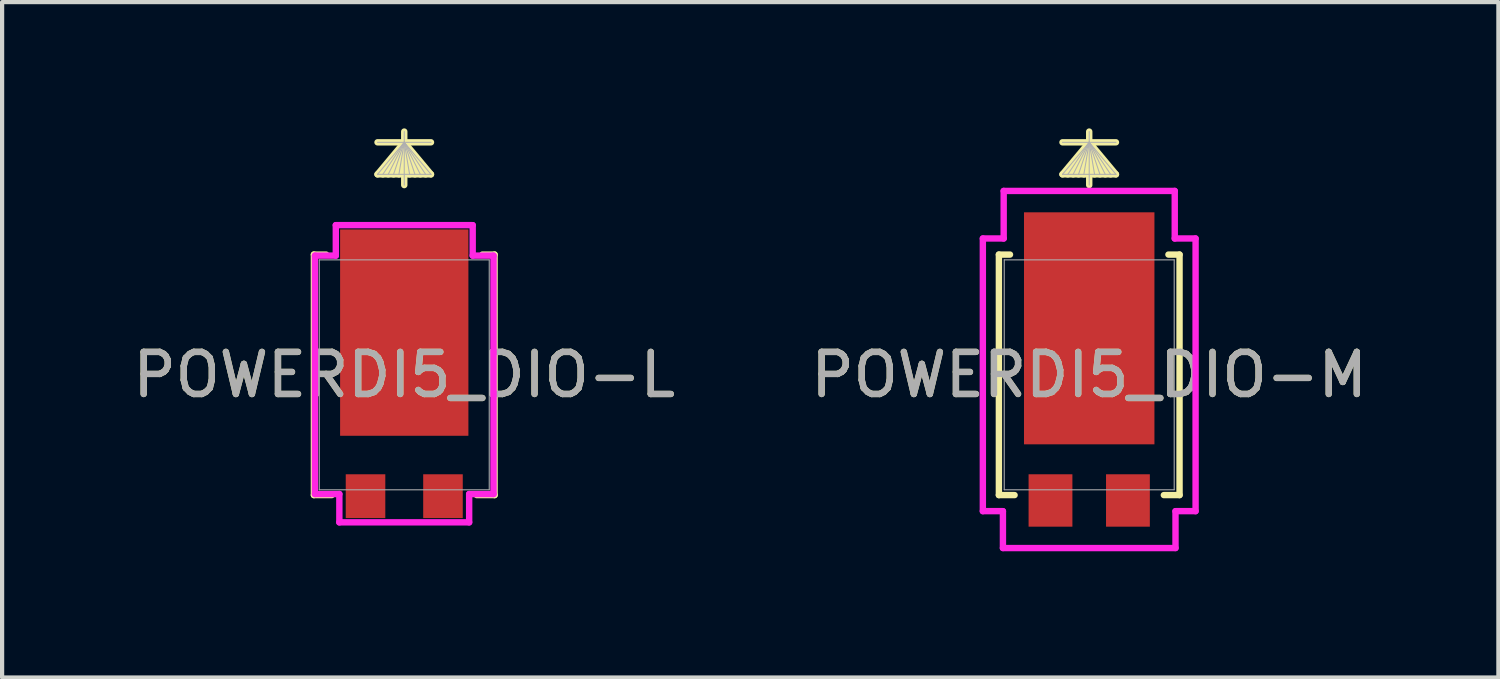
<source format=kicad_pcb>
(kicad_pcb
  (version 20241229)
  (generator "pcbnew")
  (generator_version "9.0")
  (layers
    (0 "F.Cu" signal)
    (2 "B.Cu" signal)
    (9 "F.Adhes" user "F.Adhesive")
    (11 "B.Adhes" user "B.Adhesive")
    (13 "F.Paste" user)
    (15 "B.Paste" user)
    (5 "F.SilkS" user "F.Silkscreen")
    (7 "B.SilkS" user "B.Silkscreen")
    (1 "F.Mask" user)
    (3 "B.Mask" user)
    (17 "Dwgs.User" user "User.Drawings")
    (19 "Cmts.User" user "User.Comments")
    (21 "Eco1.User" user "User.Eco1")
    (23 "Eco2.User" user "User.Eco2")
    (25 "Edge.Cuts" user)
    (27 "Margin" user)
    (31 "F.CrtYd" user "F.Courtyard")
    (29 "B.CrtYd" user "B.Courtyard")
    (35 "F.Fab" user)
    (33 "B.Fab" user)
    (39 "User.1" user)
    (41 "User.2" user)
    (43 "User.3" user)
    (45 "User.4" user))
  (footprint "POWERDI5_DIO-M"
    (layer "F.Cu")
    (at 22.827 5.855)
    (property "Reference" "POWERDI5_DIO-M" (at 0 0 0) (unlocked yes) (layer "F.SilkS") (effects (font (size 1 1) (thickness 0.15))))
    (attr smd)
    (fp_line (start -2.146 -2.857) (end -2.146 2.857) (stroke (width 0.152) (type solid)) (layer "F.SilkS"))
    (fp_line (start -2.146 2.857) (end -1.773 2.857) (stroke (width 0.152) (type solid)) (layer "F.SilkS"))
    (fp_line (start -1.882 -2.857) (end -2.146 -2.857) (stroke (width 0.152) (type solid)) (layer "F.SilkS"))
    (fp_line (start 0 -5.524) (end -0.635 -4.763) (stroke (width 0.152) (type solid)) (layer "F.SilkS"))
    (fp_line (start 0 -5.524) (end -0.508 -4.763) (stroke (width 0.152) (type solid)) (layer "F.SilkS"))
    (fp_line (start 0 -5.524) (end -0.381 -4.763) (stroke (width 0.152) (type solid)) (layer "F.SilkS"))
    (fp_line (start 0 -5.524) (end -0.254 -4.763) (stroke (width 0.152) (type solid)) (layer "F.SilkS"))
    (fp_line (start 0 -5.524) (end -0.127 -4.763) (stroke (width 0.152) (type solid)) (layer "F.SilkS"))
    (fp_line (start 0 -5.524) (end 0.127 -4.763) (stroke (width 0.152) (type solid)) (layer "F.SilkS"))
    (fp_line (start 0 -5.524) (end 0.254 -4.763) (stroke (width 0.152) (type solid)) (layer "F.SilkS"))
    (fp_line (start 0 -5.524) (end 0.381 -4.763) (stroke (width 0.152) (type solid)) (layer "F.SilkS"))
    (fp_line (start 0 -5.524) (end 0.508 -4.763) (stroke (width 0.152) (type solid)) (layer "F.SilkS"))
    (fp_line (start 0 -5.524) (end 0.635 -4.763) (stroke (width 0.152) (type solid)) (layer "F.SilkS"))
    (fp_line (start 0 -4.508) (end 0 -5.779) (stroke (width 0.152) (type solid)) (layer "F.SilkS"))
    (fp_line (start 0.635 -5.524) (end -0.635 -5.524) (stroke (width 0.152) (type solid)) (layer "F.SilkS"))
    (fp_line (start 0.635 -4.763) (end -0.635 -4.763) (stroke (width 0.152) (type solid)) (layer "F.SilkS"))
    (fp_line (start 1.773 2.857) (end 2.146 2.857) (stroke (width 0.152) (type solid)) (layer "F.SilkS"))
    (fp_line (start 2.146 -2.857) (end 1.882 -2.857) (stroke (width 0.152) (type solid)) (layer "F.SilkS"))
    (fp_line (start 2.146 2.857) (end 2.146 -2.857) (stroke (width 0.152) (type solid)) (layer "F.SilkS"))
    (fp_line (start -2.527 -3.239) (end -2.032 -3.239) (stroke (width 0.152) (type solid)) (layer "F.CrtYd"))
    (fp_line (start -2.527 3.239) (end -2.527 -3.239) (stroke (width 0.152) (type solid)) (layer "F.CrtYd"))
    (fp_line (start -2.05 3.239) (end -2.527 3.239) (stroke (width 0.152) (type solid)) (layer "F.CrtYd"))
    (fp_line (start -2.05 3.239) (end -2.05 4.115) (stroke (width 0.152) (type solid)) (layer "F.CrtYd"))
    (fp_line (start -2.05 4.115) (end 2.05 4.115) (stroke (width 0.152) (type solid)) (layer "F.CrtYd"))
    (fp_line (start -2.032 -4.369) (end -2.032 -3.239) (stroke (width 0.152) (type solid)) (layer "F.CrtYd"))
    (fp_line (start -2.032 -4.369) (end 2.032 -4.369) (stroke (width 0.152) (type solid)) (layer "F.CrtYd"))
    (fp_line (start 2.032 -4.369) (end 2.032 -3.239) (stroke (width 0.152) (type solid)) (layer "F.CrtYd"))
    (fp_line (start 2.05 3.239) (end 2.05 4.115) (stroke (width 0.152) (type solid)) (layer "F.CrtYd"))
    (fp_line (start 2.527 -3.239) (end 2.032 -3.239) (stroke (width 0.152) (type solid)) (layer "F.CrtYd"))
    (fp_line (start 2.527 -3.239) (end 2.527 3.239) (stroke (width 0.152) (type solid)) (layer "F.CrtYd"))
    (fp_line (start 2.527 3.239) (end 2.05 3.239) (stroke (width 0.152) (type solid)) (layer "F.CrtYd"))
    (fp_line (start -2.019 -2.731) (end -2.019 2.731) (stroke (width 0.025) (type solid)) (layer "F.Fab"))
    (fp_line (start -2.019 2.731) (end 2.019 2.731) (stroke (width 0.025) (type solid)) (layer "F.Fab"))
    (fp_line (start 0 -5.524) (end -0.635 -4.763) (stroke (width 0.025) (type solid)) (layer "F.Fab"))
    (fp_line (start 0 -5.524) (end -0.508 -4.763) (stroke (width 0.025) (type solid)) (layer "F.Fab"))
    (fp_line (start 0 -5.524) (end -0.381 -4.763) (stroke (width 0.025) (type solid)) (layer "F.Fab"))
    (fp_line (start 0 -5.524) (end -0.254 -4.763) (stroke (width 0.025) (type solid)) (layer "F.Fab"))
    (fp_line (start 0 -5.524) (end -0.127 -4.763) (stroke (width 0.025) (type solid)) (layer "F.Fab"))
    (fp_line (start 0 -5.524) (end 0.127 -4.763) (stroke (width 0.025) (type solid)) (layer "F.Fab"))
    (fp_line (start 0 -5.524) (end 0.254 -4.763) (stroke (width 0.025) (type solid)) (layer "F.Fab"))
    (fp_line (start 0 -5.524) (end 0.381 -4.763) (stroke (width 0.025) (type solid)) (layer "F.Fab"))
    (fp_line (start 0 -5.524) (end 0.508 -4.763) (stroke (width 0.025) (type solid)) (layer "F.Fab"))
    (fp_line (start 0 -5.524) (end 0.635 -4.763) (stroke (width 0.025) (type solid)) (layer "F.Fab"))
    (fp_line (start 0 -4.508) (end 0 -5.779) (stroke (width 0.025) (type solid)) (layer "F.Fab"))
    (fp_line (start 0.635 -5.524) (end -0.635 -5.524) (stroke (width 0.025) (type solid)) (layer "F.Fab"))
    (fp_line (start 0.635 -4.763) (end -0.635 -4.763) (stroke (width 0.025) (type solid)) (layer "F.Fab"))
    (fp_line (start 2.019 -2.731) (end -2.019 -2.731) (stroke (width 0.025) (type solid)) (layer "F.Fab"))
    (fp_line (start 2.019 2.731) (end 2.019 -2.731) (stroke (width 0.025) (type solid)) (layer "F.Fab"))
    (fp_text user "${REFERENCE}" (at 0 0 0) (unlocked yes) (layer "F.Fab") (effects (font (size 1 1) (thickness 0.15))))
    (pad "1" smd rect (at 0 -1.105 90) (size 5.512 3.099) (layers "F.Cu" "F.Mask" "F.Paste"))
    (pad "2" smd rect (at -0.92 2.985 90) (size 1.245 1.041) (layers "F.Cu" "F.Mask" "F.Paste"))
    (pad "3" smd rect (at 0.92 2.985 90) (size 1.245 1.041) (layers "F.Cu" "F.Mask" "F.Paste")))
  (footprint "POWERDI5_DIO-L"
    (layer "F.Cu")
    (at 6.554 5.855)
    (property "Reference" "POWERDI5_DIO-L" (at 0 0 0) (unlocked yes) (layer "F.SilkS") (effects (font (size 1 1) (thickness 0.15))))
    (attr smd)
    (fp_line (start -2.146 -2.857) (end -2.146 2.857) (stroke (width 0.152) (type solid)) (layer "F.SilkS"))
    (fp_line (start -2.146 2.857) (end -1.723 2.857) (stroke (width 0.152) (type solid)) (layer "F.SilkS"))
    (fp_line (start -1.857 -2.857) (end -2.146 -2.857) (stroke (width 0.152) (type solid)) (layer "F.SilkS"))
    (fp_line (start 0 -5.524) (end -0.635 -4.763) (stroke (width 0.152) (type solid)) (layer "F.SilkS"))
    (fp_line (start 0 -5.524) (end -0.508 -4.763) (stroke (width 0.152) (type solid)) (layer "F.SilkS"))
    (fp_line (start 0 -5.524) (end -0.381 -4.763) (stroke (width 0.152) (type solid)) (layer "F.SilkS"))
    (fp_line (start 0 -5.524) (end -0.254 -4.763) (stroke (width 0.152) (type solid)) (layer "F.SilkS"))
    (fp_line (start 0 -5.524) (end -0.127 -4.763) (stroke (width 0.152) (type solid)) (layer "F.SilkS"))
    (fp_line (start 0 -5.524) (end 0.127 -4.763) (stroke (width 0.152) (type solid)) (layer "F.SilkS"))
    (fp_line (start 0 -5.524) (end 0.254 -4.763) (stroke (width 0.152) (type solid)) (layer "F.SilkS"))
    (fp_line (start 0 -5.524) (end 0.381 -4.763) (stroke (width 0.152) (type solid)) (layer "F.SilkS"))
    (fp_line (start 0 -5.524) (end 0.508 -4.763) (stroke (width 0.152) (type solid)) (layer "F.SilkS"))
    (fp_line (start 0 -5.524) (end 0.635 -4.763) (stroke (width 0.152) (type solid)) (layer "F.SilkS"))
    (fp_line (start 0 -4.508) (end 0 -5.779) (stroke (width 0.152) (type solid)) (layer "F.SilkS"))
    (fp_line (start 0.635 -5.524) (end -0.635 -5.524) (stroke (width 0.152) (type solid)) (layer "F.SilkS"))
    (fp_line (start 0.635 -4.763) (end -0.635 -4.763) (stroke (width 0.152) (type solid)) (layer "F.SilkS"))
    (fp_line (start 1.723 2.857) (end 2.146 2.857) (stroke (width 0.152) (type solid)) (layer "F.SilkS"))
    (fp_line (start 2.146 -2.857) (end 1.857 -2.857) (stroke (width 0.152) (type solid)) (layer "F.SilkS"))
    (fp_line (start 2.146 2.857) (end 2.146 -2.857) (stroke (width 0.152) (type solid)) (layer "F.SilkS"))
    (fp_line (start -2.121 -2.832) (end -1.626 -2.832) (stroke (width 0.152) (type solid)) (layer "F.CrtYd"))
    (fp_line (start -2.121 2.832) (end -2.121 -2.832) (stroke (width 0.152) (type solid)) (layer "F.CrtYd"))
    (fp_line (start -1.626 -3.556) (end -1.626 -2.832) (stroke (width 0.152) (type solid)) (layer "F.CrtYd"))
    (fp_line (start -1.626 -3.556) (end 1.626 -3.556) (stroke (width 0.152) (type solid)) (layer "F.CrtYd"))
    (fp_line (start -1.542 2.832) (end -2.121 2.832) (stroke (width 0.152) (type solid)) (layer "F.CrtYd"))
    (fp_line (start -1.542 2.832) (end -1.542 3.505) (stroke (width 0.152) (type solid)) (layer "F.CrtYd"))
    (fp_line (start -1.542 3.505) (end 1.542 3.505) (stroke (width 0.152) (type solid)) (layer "F.CrtYd"))
    (fp_line (start 1.542 2.832) (end 1.542 3.505) (stroke (width 0.152) (type solid)) (layer "F.CrtYd"))
    (fp_line (start 1.626 -3.556) (end 1.626 -2.832) (stroke (width 0.152) (type solid)) (layer "F.CrtYd"))
    (fp_line (start 2.121 -2.832) (end 1.626 -2.832) (stroke (width 0.152) (type solid)) (layer "F.CrtYd"))
    (fp_line (start 2.121 -2.832) (end 2.121 2.832) (stroke (width 0.152) (type solid)) (layer "F.CrtYd"))
    (fp_line (start 2.121 2.832) (end 1.542 2.832) (stroke (width 0.152) (type solid)) (layer "F.CrtYd"))
    (fp_line (start -2.019 -2.731) (end -2.019 2.731) (stroke (width 0.025) (type solid)) (layer "F.Fab"))
    (fp_line (start -2.019 2.731) (end 2.019 2.731) (stroke (width 0.025) (type solid)) (layer "F.Fab"))
    (fp_line (start 0 -5.524) (end -0.635 -4.763) (stroke (width 0.025) (type solid)) (layer "F.Fab"))
    (fp_line (start 0 -5.524) (end -0.508 -4.763) (stroke (width 0.025) (type solid)) (layer "F.Fab"))
    (fp_line (start 0 -5.524) (end -0.381 -4.763) (stroke (width 0.025) (type solid)) (layer "F.Fab"))
    (fp_line (start 0 -5.524) (end -0.254 -4.763) (stroke (width 0.025) (type solid)) (layer "F.Fab"))
    (fp_line (start 0 -5.524) (end -0.127 -4.763) (stroke (width 0.025) (type solid)) (layer "F.Fab"))
    (fp_line (start 0 -5.524) (end 0.127 -4.763) (stroke (width 0.025) (type solid)) (layer "F.Fab"))
    (fp_line (start 0 -5.524) (end 0.254 -4.763) (stroke (width 0.025) (type solid)) (layer "F.Fab"))
    (fp_line (start 0 -5.524) (end 0.381 -4.763) (stroke (width 0.025) (type solid)) (layer "F.Fab"))
    (fp_line (start 0 -5.524) (end 0.508 -4.763) (stroke (width 0.025) (type solid)) (layer "F.Fab"))
    (fp_line (start 0 -5.524) (end 0.635 -4.763) (stroke (width 0.025) (type solid)) (layer "F.Fab"))
    (fp_line (start 0 -4.508) (end 0 -5.779) (stroke (width 0.025) (type solid)) (layer "F.Fab"))
    (fp_line (start 0.635 -5.524) (end -0.635 -5.524) (stroke (width 0.025) (type solid)) (layer "F.Fab"))
    (fp_line (start 0.635 -4.763) (end -0.635 -4.763) (stroke (width 0.025) (type solid)) (layer "F.Fab"))
    (fp_line (start 2.019 -2.731) (end -2.019 -2.731) (stroke (width 0.025) (type solid)) (layer "F.Fab"))
    (fp_line (start 2.019 2.731) (end 2.019 -2.731) (stroke (width 0.025) (type solid)) (layer "F.Fab"))
    (fp_text user "${REFERENCE}" (at 0 0 0) (unlocked yes) (layer "F.Fab") (effects (font (size 1 1) (thickness 0.15))))
    (pad "1" smd rect (at 0 -1.003 90) (size 4.902 3.048) (layers "F.Cu" "F.Mask" "F.Paste"))
    (pad "2" smd rect (at -0.92 2.883 90) (size 1.041 0.94) (layers "F.Cu" "F.Mask" "F.Paste"))
    (pad "3" smd rect (at 0.92 2.883 90) (size 1.041 0.94) (layers "F.Cu" "F.Mask" "F.Paste")))
  (gr_rect
    (start -3 -3)
    (end 32.548 13.046)
    (stroke (width 0.1) (type default))
    (fill no)
    (layer "Edge.Cuts")))
</source>
